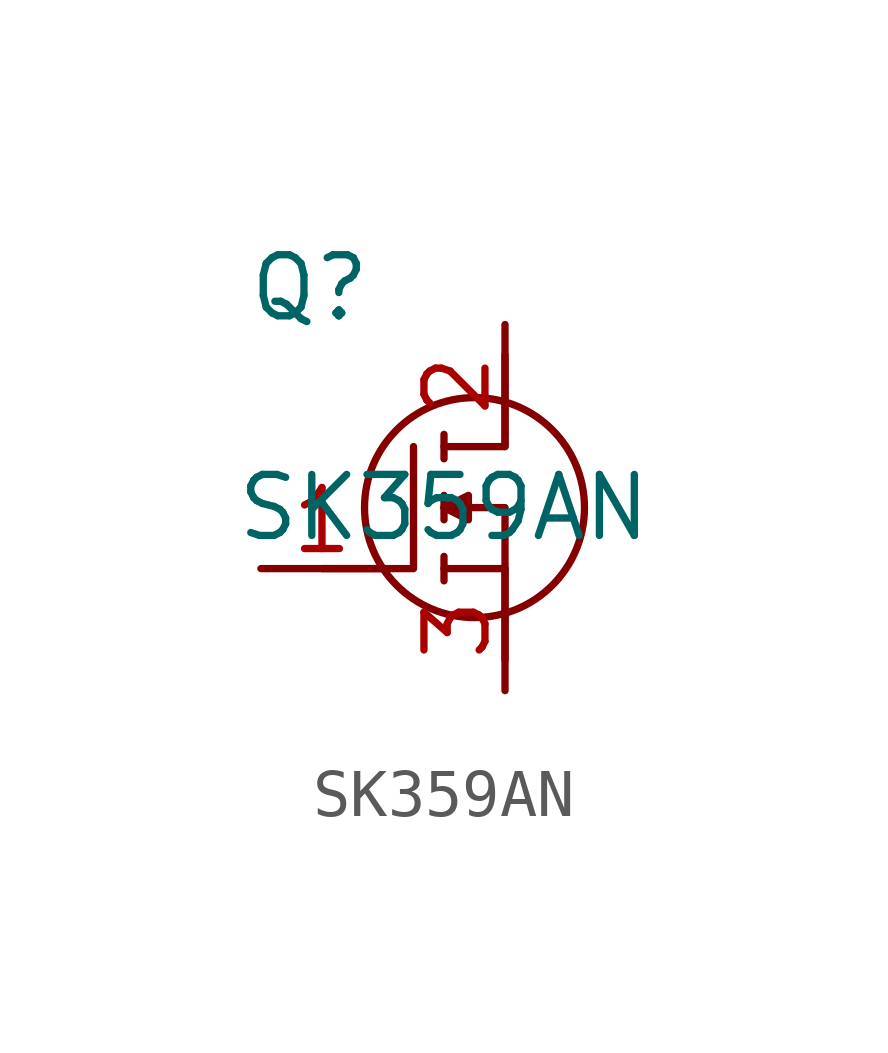
<source format=kicad_sym>
(kicad_symbol_lib
  (version 20231120)
  (generator "kicad_symbol_editor")
  (generator_version "8.0")
  (symbol "SK359AN"
    (pin_names hide)
    (property "Reference" "Q"
      (at -2.794 4.572 0)
      (effects (font (size 1.27 1.27))))
    (property "Value" "SK359AN"
      (at 0 0 0)
      (effects (font (size 1.27 1.27))))
    (symbol "SK359AN_0_1"
      (polyline (pts (xy 0 -1.016) (xy 0 -1.524)) (stroke (width 0) (type default)) (fill (type none)))
      (polyline (pts (xy 0 0.254) (xy 0 -0.254)) (stroke (width 0) (type default)) (fill (type none)))
      (polyline (pts (xy 0 1.524) (xy 0 1.016)) (stroke (width 0) (type default)) (fill (type none)))
      (polyline (pts (xy 1.27 -1.27) (xy 0 -1.27)) (stroke (width 0) (type default)) (fill (type none)))
      (polyline (pts (xy -0.635 1.27) (xy -0.635 -1.27) (xy -2.54 -1.27)) (stroke (width 0) (type default)) (fill (type none)))
      (polyline (pts (xy 0 1.27) (xy 1.27 1.27) (xy 1.27 3.175)) (stroke (width 0) (type default)) (fill (type none)))
      (polyline (pts (xy 1.27 -3.175) (xy 1.27 0) (xy 0 0)) (stroke (width 0) (type default)) (fill (type none)))
      (polyline (pts (xy 0 0) (xy 0.508 0.254) (xy 0.508 -0.254) (xy 0 0)) (stroke (width 0) (type default)) (fill (type outline)))
      (circle (center 0.635 0) (radius 2.289) (stroke (width 0) (type default)) (fill (type none))))
    (symbol "SK359AN_1_1"
      (pin input line (at -3.81 -1.27 0) (length 2.54) (name "Gate" (effects (font (size 1.27 1.27)))) (number "1" (effects (font (size 1.27 1.27)))))
      (pin input line (at 1.27 3.81 270) (length 2.54) (name "Source" (effects (font (size 1.27 1.27)))) (number "2" (effects (font (size 1.27 1.27)))))
      (pin input line (at 1.27 -3.81 90) (length 2.54) (name "Drain" (effects (font (size 1.27 1.27)))) (number "3" (effects (font (size 1.27 1.27))))))))
</source>
